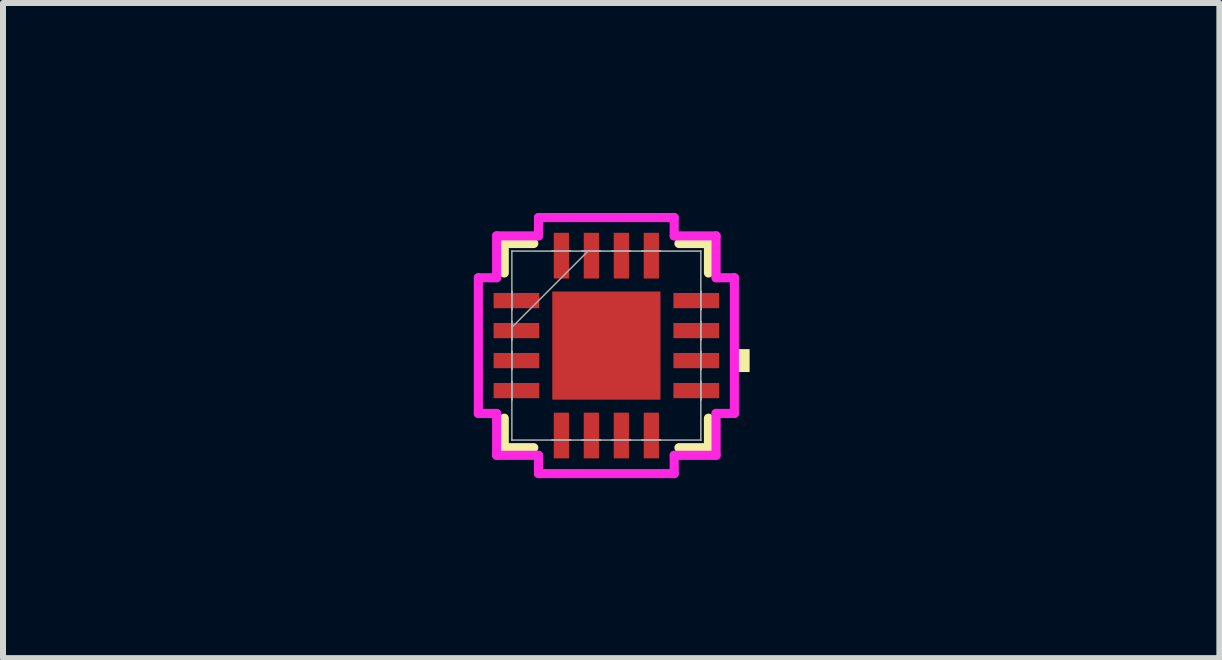
<source format=kicad_pcb>
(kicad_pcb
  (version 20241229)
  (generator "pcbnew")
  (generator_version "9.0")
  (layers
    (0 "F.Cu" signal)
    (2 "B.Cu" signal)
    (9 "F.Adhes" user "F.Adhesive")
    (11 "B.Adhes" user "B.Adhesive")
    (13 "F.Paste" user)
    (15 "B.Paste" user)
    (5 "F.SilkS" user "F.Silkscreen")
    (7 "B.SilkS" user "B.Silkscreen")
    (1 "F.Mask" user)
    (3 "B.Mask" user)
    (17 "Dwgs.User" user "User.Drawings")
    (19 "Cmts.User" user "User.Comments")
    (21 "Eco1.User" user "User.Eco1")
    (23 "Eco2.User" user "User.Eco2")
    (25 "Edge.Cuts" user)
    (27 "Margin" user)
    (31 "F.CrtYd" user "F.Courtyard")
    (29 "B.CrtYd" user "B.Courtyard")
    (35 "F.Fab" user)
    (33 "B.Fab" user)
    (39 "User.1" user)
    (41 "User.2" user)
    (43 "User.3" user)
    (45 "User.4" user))
  (footprint "QFN_16-LEAD(3x3)"
    (layer "F.Cu")
    (at 7.058 2.711)
    (property "Reference" "QFN_16-LEAD(3x3)" (at 0.08 -2.71 0) (unlocked yes) (layer "F.SilkS") (effects (font (size 0.001 1) (thickness 0.15))))
    (attr smd)
    (fp_line (start -1.702 -1.702) (end -1.702 -1.21) (stroke (width 0.152) (type solid)) (layer "F.SilkS"))
    (fp_line (start -1.702 1.21) (end -1.702 1.702) (stroke (width 0.152) (type solid)) (layer "F.SilkS"))
    (fp_line (start -1.702 1.702) (end -1.21 1.702) (stroke (width 0.152) (type solid)) (layer "F.SilkS"))
    (fp_line (start -1.21 -1.702) (end -1.702 -1.702) (stroke (width 0.152) (type solid)) (layer "F.SilkS"))
    (fp_line (start 1.21 1.702) (end 1.702 1.702) (stroke (width 0.152) (type solid)) (layer "F.SilkS"))
    (fp_line (start 1.702 -1.702) (end 1.21 -1.702) (stroke (width 0.152) (type solid)) (layer "F.SilkS"))
    (fp_line (start 1.702 -1.21) (end 1.702 -1.702) (stroke (width 0.152) (type solid)) (layer "F.SilkS"))
    (fp_line (start 1.702 1.702) (end 1.702 1.21) (stroke (width 0.152) (type solid)) (layer "F.SilkS"))
    (fp_poly (pts (xy 2.388 0.059) (xy 2.388 0.441) (xy 2.134 0.441) (xy 2.134 0.059)) (stroke (width 0) (type solid)) (fill yes) (layer "F.SilkS"))
    (fp_line (start -2.134 -1.131) (end -1.829 -1.131) (stroke (width 0.152) (type solid)) (layer "F.CrtYd"))
    (fp_line (start -2.134 1.131) (end -2.134 -1.131) (stroke (width 0.152) (type solid)) (layer "F.CrtYd"))
    (fp_line (start -1.829 -1.829) (end -1.131 -1.829) (stroke (width 0.152) (type solid)) (layer "F.CrtYd"))
    (fp_line (start -1.829 -1.131) (end -1.829 -1.829) (stroke (width 0.152) (type solid)) (layer "F.CrtYd"))
    (fp_line (start -1.829 1.131) (end -2.134 1.131) (stroke (width 0.152) (type solid)) (layer "F.CrtYd"))
    (fp_line (start -1.829 1.829) (end -1.829 1.131) (stroke (width 0.152) (type solid)) (layer "F.CrtYd"))
    (fp_line (start -1.131 -2.134) (end 1.131 -2.134) (stroke (width 0.152) (type solid)) (layer "F.CrtYd"))
    (fp_line (start -1.131 -1.829) (end -1.131 -2.134) (stroke (width 0.152) (type solid)) (layer "F.CrtYd"))
    (fp_line (start -1.131 1.829) (end -1.829 1.829) (stroke (width 0.152) (type solid)) (layer "F.CrtYd"))
    (fp_line (start -1.131 2.134) (end -1.131 1.829) (stroke (width 0.152) (type solid)) (layer "F.CrtYd"))
    (fp_line (start 1.131 -2.134) (end 1.131 -1.829) (stroke (width 0.152) (type solid)) (layer "F.CrtYd"))
    (fp_line (start 1.131 -1.829) (end 1.829 -1.829) (stroke (width 0.152) (type solid)) (layer "F.CrtYd"))
    (fp_line (start 1.131 1.829) (end 1.131 2.134) (stroke (width 0.152) (type solid)) (layer "F.CrtYd"))
    (fp_line (start 1.131 2.134) (end -1.131 2.134) (stroke (width 0.152) (type solid)) (layer "F.CrtYd"))
    (fp_line (start 1.829 -1.829) (end 1.829 -1.131) (stroke (width 0.152) (type solid)) (layer "F.CrtYd"))
    (fp_line (start 1.829 -1.131) (end 2.134 -1.131) (stroke (width 0.152) (type solid)) (layer "F.CrtYd"))
    (fp_line (start 1.829 1.131) (end 1.829 1.829) (stroke (width 0.152) (type solid)) (layer "F.CrtYd"))
    (fp_line (start 1.829 1.829) (end 1.131 1.829) (stroke (width 0.152) (type solid)) (layer "F.CrtYd"))
    (fp_line (start 2.134 -1.131) (end 2.134 1.131) (stroke (width 0.152) (type solid)) (layer "F.CrtYd"))
    (fp_line (start 2.134 1.131) (end 1.829 1.131) (stroke (width 0.152) (type solid)) (layer "F.CrtYd"))
    (fp_line (start -1.575 -1.575) (end -1.575 -1.575) (stroke (width 0.025) (type solid)) (layer "F.Fab"))
    (fp_line (start -1.575 -1.575) (end -1.575 1.575) (stroke (width 0.025) (type solid)) (layer "F.Fab"))
    (fp_line (start -1.575 -0.902) (end -1.575 -0.902) (stroke (width 0.025) (type solid)) (layer "F.Fab"))
    (fp_line (start -1.575 -0.902) (end -1.575 -0.598) (stroke (width 0.025) (type solid)) (layer "F.Fab"))
    (fp_line (start -1.575 -0.598) (end -1.575 -0.902) (stroke (width 0.025) (type solid)) (layer "F.Fab"))
    (fp_line (start -1.575 -0.598) (end -1.575 -0.598) (stroke (width 0.025) (type solid)) (layer "F.Fab"))
    (fp_line (start -1.575 -0.402) (end -1.575 -0.402) (stroke (width 0.025) (type solid)) (layer "F.Fab"))
    (fp_line (start -1.575 -0.402) (end -1.575 -0.098) (stroke (width 0.025) (type solid)) (layer "F.Fab"))
    (fp_line (start -1.575 -0.305) (end -0.305 -1.575) (stroke (width 0.025) (type solid)) (layer "F.Fab"))
    (fp_line (start -1.575 -0.098) (end -1.575 -0.402) (stroke (width 0.025) (type solid)) (layer "F.Fab"))
    (fp_line (start -1.575 -0.098) (end -1.575 -0.098) (stroke (width 0.025) (type solid)) (layer "F.Fab"))
    (fp_line (start -1.575 0.098) (end -1.575 0.098) (stroke (width 0.025) (type solid)) (layer "F.Fab"))
    (fp_line (start -1.575 0.098) (end -1.575 0.402) (stroke (width 0.025) (type solid)) (layer "F.Fab"))
    (fp_line (start -1.575 0.402) (end -1.575 0.098) (stroke (width 0.025) (type solid)) (layer "F.Fab"))
    (fp_line (start -1.575 0.402) (end -1.575 0.402) (stroke (width 0.025) (type solid)) (layer "F.Fab"))
    (fp_line (start -1.575 0.598) (end -1.575 0.598) (stroke (width 0.025) (type solid)) (layer "F.Fab"))
    (fp_line (start -1.575 0.598) (end -1.575 0.902) (stroke (width 0.025) (type solid)) (layer "F.Fab"))
    (fp_line (start -1.575 0.902) (end -1.575 0.598) (stroke (width 0.025) (type solid)) (layer "F.Fab"))
    (fp_line (start -1.575 0.902) (end -1.575 0.902) (stroke (width 0.025) (type solid)) (layer "F.Fab"))
    (fp_line (start -1.575 1.575) (end -1.575 1.575) (stroke (width 0.025) (type solid)) (layer "F.Fab"))
    (fp_line (start -1.575 1.575) (end 1.575 1.575) (stroke (width 0.025) (type solid)) (layer "F.Fab"))
    (fp_line (start -0.902 -1.575) (end -0.902 -1.575) (stroke (width 0.025) (type solid)) (layer "F.Fab"))
    (fp_line (start -0.902 -1.575) (end -0.598 -1.575) (stroke (width 0.025) (type solid)) (layer "F.Fab"))
    (fp_line (start -0.902 1.575) (end -0.902 1.575) (stroke (width 0.025) (type solid)) (layer "F.Fab"))
    (fp_line (start -0.902 1.575) (end -0.598 1.575) (stroke (width 0.025) (type solid)) (layer "F.Fab"))
    (fp_line (start -0.598 -1.575) (end -0.902 -1.575) (stroke (width 0.025) (type solid)) (layer "F.Fab"))
    (fp_line (start -0.598 -1.575) (end -0.598 -1.575) (stroke (width 0.025) (type solid)) (layer "F.Fab"))
    (fp_line (start -0.598 1.575) (end -0.902 1.575) (stroke (width 0.025) (type solid)) (layer "F.Fab"))
    (fp_line (start -0.598 1.575) (end -0.598 1.575) (stroke (width 0.025) (type solid)) (layer "F.Fab"))
    (fp_line (start -0.402 -1.575) (end -0.402 -1.575) (stroke (width 0.025) (type solid)) (layer "F.Fab"))
    (fp_line (start -0.402 -1.575) (end -0.098 -1.575) (stroke (width 0.025) (type solid)) (layer "F.Fab"))
    (fp_line (start -0.402 1.575) (end -0.402 1.575) (stroke (width 0.025) (type solid)) (layer "F.Fab"))
    (fp_line (start -0.402 1.575) (end -0.098 1.575) (stroke (width 0.025) (type solid)) (layer "F.Fab"))
    (fp_line (start -0.098 -1.575) (end -0.402 -1.575) (stroke (width 0.025) (type solid)) (layer "F.Fab"))
    (fp_line (start -0.098 -1.575) (end -0.098 -1.575) (stroke (width 0.025) (type solid)) (layer "F.Fab"))
    (fp_line (start -0.098 1.575) (end -0.402 1.575) (stroke (width 0.025) (type solid)) (layer "F.Fab"))
    (fp_line (start -0.098 1.575) (end -0.098 1.575) (stroke (width 0.025) (type solid)) (layer "F.Fab"))
    (fp_line (start 0.098 -1.575) (end 0.098 -1.575) (stroke (width 0.025) (type solid)) (layer "F.Fab"))
    (fp_line (start 0.098 -1.575) (end 0.402 -1.575) (stroke (width 0.025) (type solid)) (layer "F.Fab"))
    (fp_line (start 0.098 1.575) (end 0.098 1.575) (stroke (width 0.025) (type solid)) (layer "F.Fab"))
    (fp_line (start 0.098 1.575) (end 0.402 1.575) (stroke (width 0.025) (type solid)) (layer "F.Fab"))
    (fp_line (start 0.402 -1.575) (end 0.098 -1.575) (stroke (width 0.025) (type solid)) (layer "F.Fab"))
    (fp_line (start 0.402 -1.575) (end 0.402 -1.575) (stroke (width 0.025) (type solid)) (layer "F.Fab"))
    (fp_line (start 0.402 1.575) (end 0.098 1.575) (stroke (width 0.025) (type solid)) (layer "F.Fab"))
    (fp_line (start 0.402 1.575) (end 0.402 1.575) (stroke (width 0.025) (type solid)) (layer "F.Fab"))
    (fp_line (start 0.598 -1.575) (end 0.598 -1.575) (stroke (width 0.025) (type solid)) (layer "F.Fab"))
    (fp_line (start 0.598 -1.575) (end 0.902 -1.575) (stroke (width 0.025) (type solid)) (layer "F.Fab"))
    (fp_line (start 0.598 1.575) (end 0.598 1.575) (stroke (width 0.025) (type solid)) (layer "F.Fab"))
    (fp_line (start 0.598 1.575) (end 0.902 1.575) (stroke (width 0.025) (type solid)) (layer "F.Fab"))
    (fp_line (start 0.902 -1.575) (end 0.598 -1.575) (stroke (width 0.025) (type solid)) (layer "F.Fab"))
    (fp_line (start 0.902 -1.575) (end 0.902 -1.575) (stroke (width 0.025) (type solid)) (layer "F.Fab"))
    (fp_line (start 0.902 1.575) (end 0.598 1.575) (stroke (width 0.025) (type solid)) (layer "F.Fab"))
    (fp_line (start 0.902 1.575) (end 0.902 1.575) (stroke (width 0.025) (type solid)) (layer "F.Fab"))
    (fp_line (start 1.575 -1.575) (end -1.575 -1.575) (stroke (width 0.025) (type solid)) (layer "F.Fab"))
    (fp_line (start 1.575 -1.575) (end 1.575 -1.575) (stroke (width 0.025) (type solid)) (layer "F.Fab"))
    (fp_line (start 1.575 -0.902) (end 1.575 -0.902) (stroke (width 0.025) (type solid)) (layer "F.Fab"))
    (fp_line (start 1.575 -0.902) (end 1.575 -0.598) (stroke (width 0.025) (type solid)) (layer "F.Fab"))
    (fp_line (start 1.575 -0.598) (end 1.575 -0.902) (stroke (width 0.025) (type solid)) (layer "F.Fab"))
    (fp_line (start 1.575 -0.598) (end 1.575 -0.598) (stroke (width 0.025) (type solid)) (layer "F.Fab"))
    (fp_line (start 1.575 -0.402) (end 1.575 -0.402) (stroke (width 0.025) (type solid)) (layer "F.Fab"))
    (fp_line (start 1.575 -0.402) (end 1.575 -0.098) (stroke (width 0.025) (type solid)) (layer "F.Fab"))
    (fp_line (start 1.575 -0.098) (end 1.575 -0.402) (stroke (width 0.025) (type solid)) (layer "F.Fab"))
    (fp_line (start 1.575 -0.098) (end 1.575 -0.098) (stroke (width 0.025) (type solid)) (layer "F.Fab"))
    (fp_line (start 1.575 0.098) (end 1.575 0.098) (stroke (width 0.025) (type solid)) (layer "F.Fab"))
    (fp_line (start 1.575 0.098) (end 1.575 0.402) (stroke (width 0.025) (type solid)) (layer "F.Fab"))
    (fp_line (start 1.575 0.402) (end 1.575 0.098) (stroke (width 0.025) (type solid)) (layer "F.Fab"))
    (fp_line (start 1.575 0.402) (end 1.575 0.402) (stroke (width 0.025) (type solid)) (layer "F.Fab"))
    (fp_line (start 1.575 0.598) (end 1.575 0.598) (stroke (width 0.025) (type solid)) (layer "F.Fab"))
    (fp_line (start 1.575 0.598) (end 1.575 0.902) (stroke (width 0.025) (type solid)) (layer "F.Fab"))
    (fp_line (start 1.575 0.902) (end 1.575 0.598) (stroke (width 0.025) (type solid)) (layer "F.Fab"))
    (fp_line (start 1.575 0.902) (end 1.575 0.902) (stroke (width 0.025) (type solid)) (layer "F.Fab"))
    (fp_line (start 1.575 1.575) (end 1.575 -1.575) (stroke (width 0.025) (type solid)) (layer "F.Fab"))
    (fp_line (start 1.575 1.575) (end 1.575 1.575) (stroke (width 0.025) (type solid)) (layer "F.Fab"))
    (fp_text user "*" (at 2.38 -2 0) (unlocked yes) (layer "F.Fab") (effects (font (size 0.001 1) (thickness 0.15))))
    (pad "1" smd rect (at -1.499 -0.75 90) (size 0.254 0.762) (layers "F.Cu" "F.Mask" "F.Paste"))
    (pad "2" smd rect (at -1.499 -0.25 90) (size 0.254 0.762) (layers "F.Cu" "F.Mask" "F.Paste"))
    (pad "3" smd rect (at -1.499 0.25 90) (size 0.254 0.762) (layers "F.Cu" "F.Mask" "F.Paste"))
    (pad "4" smd rect (at -1.499 0.75 90) (size 0.254 0.762) (layers "F.Cu" "F.Mask" "F.Paste"))
    (pad "5" smd rect (at -0.75 1.499) (size 0.254 0.762) (layers "F.Cu" "F.Mask" "F.Paste"))
    (pad "6" smd rect (at -0.25 1.499) (size 0.254 0.762) (layers "F.Cu" "F.Mask" "F.Paste"))
    (pad "7" smd rect (at 0.25 1.499) (size 0.254 0.762) (layers "F.Cu" "F.Mask" "F.Paste"))
    (pad "8" smd rect (at 0.75 1.499) (size 0.254 0.762) (layers "F.Cu" "F.Mask" "F.Paste"))
    (pad "9" smd rect (at 1.499 0.75 90) (size 0.254 0.762) (layers "F.Cu" "F.Mask" "F.Paste"))
    (pad "10" smd rect (at 1.499 0.25 90) (size 0.254 0.762) (layers "F.Cu" "F.Mask" "F.Paste"))
    (pad "11" smd rect (at 1.499 -0.25 90) (size 0.254 0.762) (layers "F.Cu" "F.Mask" "F.Paste"))
    (pad "12" smd rect (at 1.499 -0.75 90) (size 0.254 0.762) (layers "F.Cu" "F.Mask" "F.Paste"))
    (pad "13" smd rect (at 0.75 -1.499) (size 0.254 0.762) (layers "F.Cu" "F.Mask" "F.Paste"))
    (pad "14" smd rect (at 0.25 -1.499) (size 0.254 0.762) (layers "F.Cu" "F.Mask" "F.Paste"))
    (pad "15" smd rect (at -0.25 -1.499) (size 0.254 0.762) (layers "F.Cu" "F.Mask" "F.Paste"))
    (pad "16" smd rect (at -0.75 -1.499) (size 0.254 0.762) (layers "F.Cu" "F.Mask" "F.Paste"))
    (pad "17" smd rect (at 0 0) (size 1.803 1.803) (layers "F.Cu" "F.Mask" "F.Paste")))
  (gr_rect
    (start -3 -3)
    (end 17.277 7.921)
    (stroke (width 0.1) (type default))
    (fill no)
    (layer "Edge.Cuts")))
</source>
